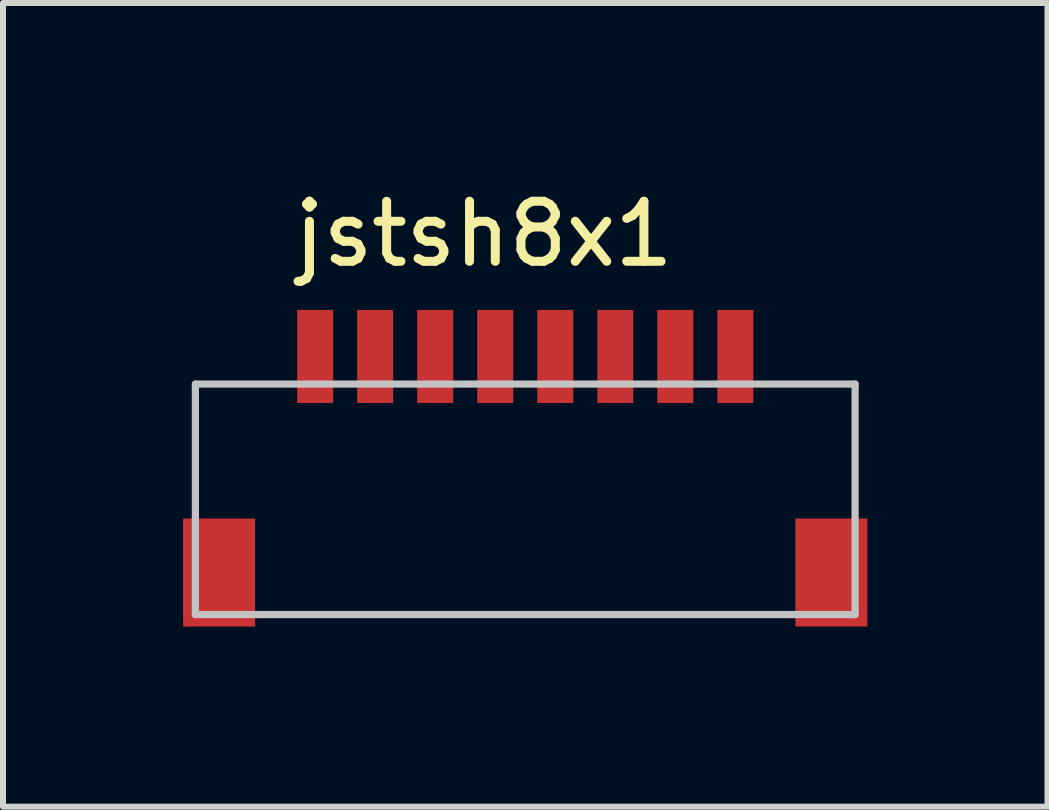
<source format=kicad_pcb>
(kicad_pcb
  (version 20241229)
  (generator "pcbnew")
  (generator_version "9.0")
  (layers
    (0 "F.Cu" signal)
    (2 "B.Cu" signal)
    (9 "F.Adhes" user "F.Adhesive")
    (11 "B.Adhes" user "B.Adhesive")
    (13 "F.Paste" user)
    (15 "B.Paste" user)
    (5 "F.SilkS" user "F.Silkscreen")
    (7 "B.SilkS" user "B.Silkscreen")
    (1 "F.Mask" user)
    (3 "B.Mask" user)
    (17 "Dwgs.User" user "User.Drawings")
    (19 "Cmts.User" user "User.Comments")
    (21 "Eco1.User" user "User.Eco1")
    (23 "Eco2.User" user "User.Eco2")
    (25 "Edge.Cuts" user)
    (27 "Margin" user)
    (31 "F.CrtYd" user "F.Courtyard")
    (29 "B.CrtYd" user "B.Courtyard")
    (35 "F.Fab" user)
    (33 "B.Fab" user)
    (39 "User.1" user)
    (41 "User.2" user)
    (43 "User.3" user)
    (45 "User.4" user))
  (footprint "jstsh8x1"
    (layer "F.Cu")
    (at 5.01 0.348)
    (property "Reference" "jstsh8x1" (at 0 0.5 0) (layer "F.SilkS") (effects (font (size 1 1) (thickness 0.15))))
    (attr through_hole)
    (fp_line (start -4.805 3) (end 6.185 3) (stroke (width 0.12) (type solid)) (layer "Dwgs.User"))
    (fp_line (start -4.805 6.84) (end -4.805 3) (stroke (width 0.12) (type solid)) (layer "Dwgs.User"))
    (fp_line (start -4.805 6.84) (end 6.185 6.84) (stroke (width 0.12) (type solid)) (layer "Dwgs.User"))
    (fp_line (start 6.185 3) (end 6.185 6.84) (stroke (width 0.12) (type solid)) (layer "Dwgs.User"))
    (pad "1" smd rect (at -2.81 2.54) (size 0.6 1.55) (layers "F.Cu" "F.Mask" "F.Paste"))
    (pad "2" smd rect (at -1.81 2.54) (size 0.6 1.55) (layers "F.Cu" "F.Mask" "F.Paste"))
    (pad "3" smd rect (at -0.81 2.54) (size 0.6 1.55) (layers "F.Cu" "F.Mask" "F.Paste"))
    (pad "4" smd rect (at 0.19 2.54) (size 0.6 1.55) (layers "F.Cu" "F.Mask" "F.Paste"))
    (pad "5" smd rect (at 1.19 2.54) (size 0.6 1.55) (layers "F.Cu" "F.Mask" "F.Paste"))
    (pad "6" smd rect (at 2.19 2.54) (size 0.6 1.55) (layers "F.Cu" "F.Mask" "F.Paste"))
    (pad "7" smd rect (at 3.19 2.54) (size 0.6 1.55) (layers "F.Cu" "F.Mask" "F.Paste"))
    (pad "8" smd rect (at 4.19 2.54) (size 0.6 1.55) (layers "F.Cu" "F.Mask" "F.Paste"))
    (pad "9" smd rect (at -4.41 6.14) (size 1.2 1.8) (layers "F.Cu" "F.Mask" "F.Paste"))
    (pad "9" smd rect (at 5.79 6.14) (size 1.2 1.8) (layers "F.Cu" "F.Mask" "F.Paste")))
  (gr_rect
    (start -3 -3)
    (end 14.4 10.388)
    (stroke (width 0.1) (type default))
    (fill no)
    (layer "Edge.Cuts")))
</source>
